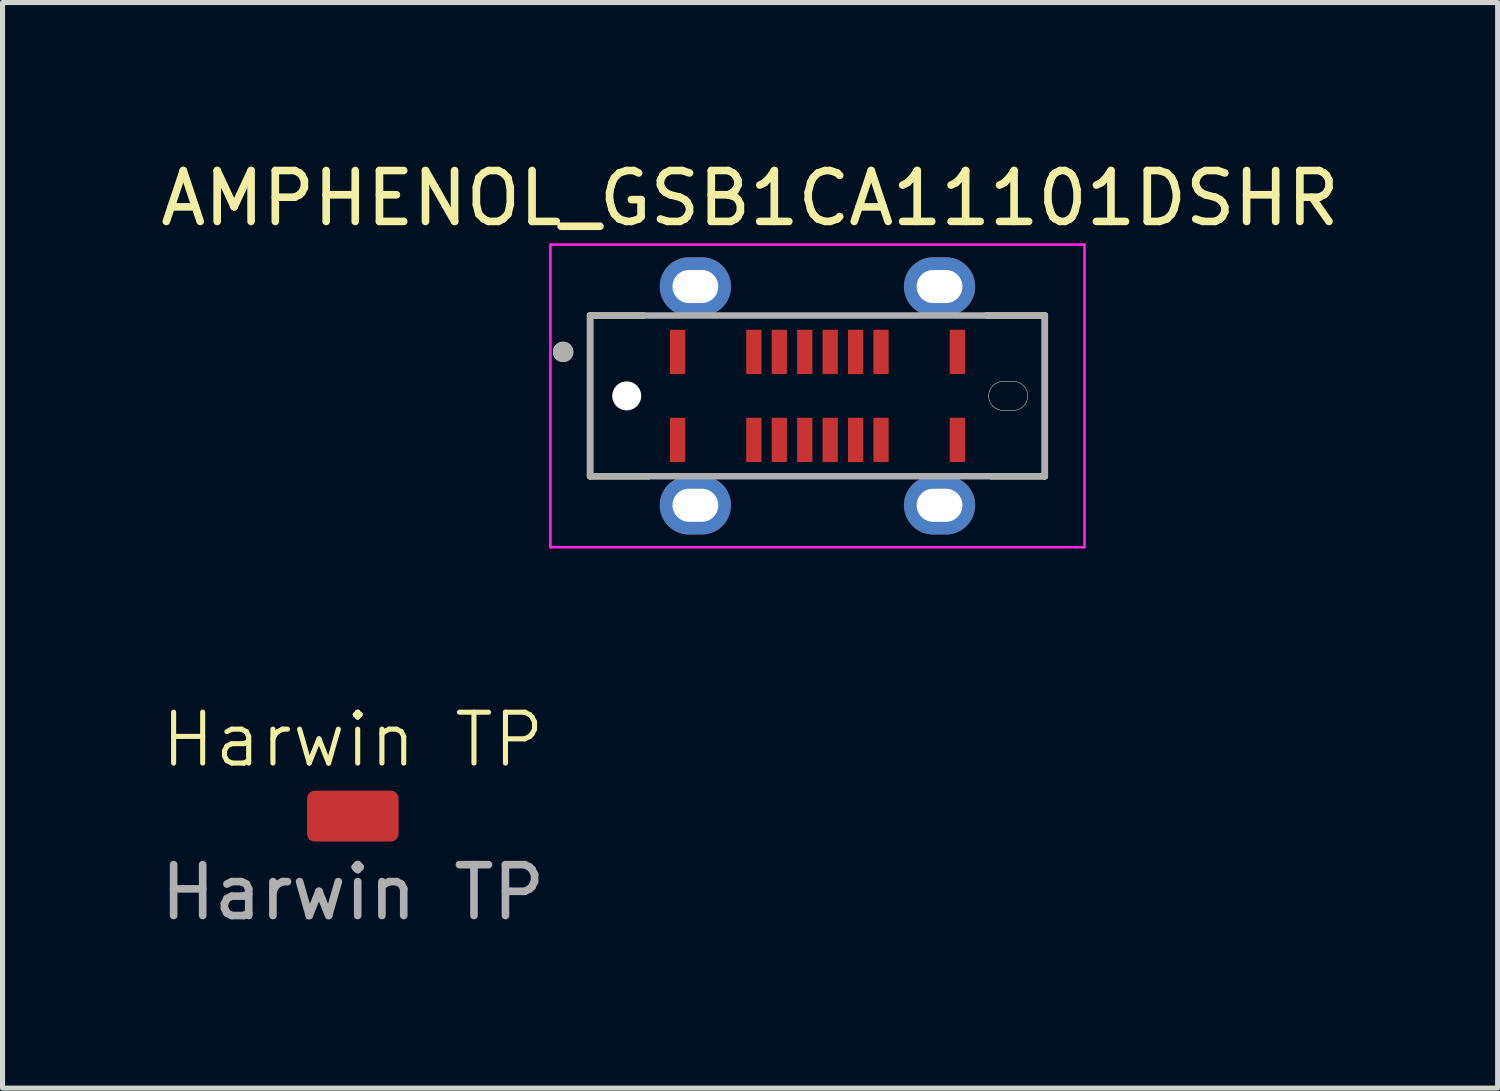
<source format=kicad_pcb>
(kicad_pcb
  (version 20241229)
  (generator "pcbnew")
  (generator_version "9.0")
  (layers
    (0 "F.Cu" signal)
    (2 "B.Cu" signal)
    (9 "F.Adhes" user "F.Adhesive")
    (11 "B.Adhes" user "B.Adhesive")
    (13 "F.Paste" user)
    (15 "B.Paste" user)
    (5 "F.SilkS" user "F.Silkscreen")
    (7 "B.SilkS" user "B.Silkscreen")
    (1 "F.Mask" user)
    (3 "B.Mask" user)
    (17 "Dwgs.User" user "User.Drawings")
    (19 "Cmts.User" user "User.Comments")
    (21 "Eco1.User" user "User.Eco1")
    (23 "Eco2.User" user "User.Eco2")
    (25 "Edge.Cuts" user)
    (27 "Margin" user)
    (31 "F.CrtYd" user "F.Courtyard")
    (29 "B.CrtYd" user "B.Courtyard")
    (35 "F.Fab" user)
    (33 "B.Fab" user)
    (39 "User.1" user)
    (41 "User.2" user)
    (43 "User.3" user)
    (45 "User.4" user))
  (footprint "AMPHENOL_GSB1CA11101DSHR"
    (layer "F.Cu")
    (at 13.021 4.733)
    (property "Reference" "AMPHENOL_GSB1CA11101DSHR" (at -1.325 -3.885 0) (layer "F.SilkS") (effects (font (size 1 1) (thickness 0.15))))
    (attr smd)
    (fp_poly (pts (xy -2.95 -1.35) (xy -2.55 -1.35) (xy -2.55 -0.38) (xy -2.95 -0.38)) (stroke (width 0.01) (type solid)) (fill yes) (layer "F.Mask"))
    (fp_poly (pts (xy -2.55 1.35) (xy -2.95 1.35) (xy -2.95 0.38) (xy -2.55 0.38)) (stroke (width 0.01) (type solid)) (fill yes) (layer "F.Mask"))
    (fp_poly (pts (xy -1.45 -1.35) (xy -1.05 -1.35) (xy -1.05 -0.38) (xy -1.45 -0.38)) (stroke (width 0.01) (type solid)) (fill yes) (layer "F.Mask"))
    (fp_poly (pts (xy -1.05 1.35) (xy -1.45 1.35) (xy -1.45 0.38) (xy -1.05 0.38)) (stroke (width 0.01) (type solid)) (fill yes) (layer "F.Mask"))
    (fp_poly (pts (xy -0.95 -1.35) (xy -0.55 -1.35) (xy -0.55 -0.38) (xy -0.95 -0.38)) (stroke (width 0.01) (type solid)) (fill yes) (layer "F.Mask"))
    (fp_poly (pts (xy -0.55 1.35) (xy -0.95 1.35) (xy -0.95 0.38) (xy -0.55 0.38)) (stroke (width 0.01) (type solid)) (fill yes) (layer "F.Mask"))
    (fp_poly (pts (xy -0.45 -1.35) (xy -0.05 -1.35) (xy -0.05 -0.38) (xy -0.45 -0.38)) (stroke (width 0.01) (type solid)) (fill yes) (layer "F.Mask"))
    (fp_poly (pts (xy -0.05 1.35) (xy -0.45 1.35) (xy -0.45 0.38) (xy -0.05 0.38)) (stroke (width 0.01) (type solid)) (fill yes) (layer "F.Mask"))
    (fp_poly (pts (xy 0.05 -1.35) (xy 0.45 -1.35) (xy 0.45 -0.38) (xy 0.05 -0.38)) (stroke (width 0.01) (type solid)) (fill yes) (layer "F.Mask"))
    (fp_poly (pts (xy 0.45 1.35) (xy 0.05 1.35) (xy 0.05 0.38) (xy 0.45 0.38)) (stroke (width 0.01) (type solid)) (fill yes) (layer "F.Mask"))
    (fp_poly (pts (xy 0.55 -1.35) (xy 0.95 -1.35) (xy 0.95 -0.38) (xy 0.55 -0.38)) (stroke (width 0.01) (type solid)) (fill yes) (layer "F.Mask"))
    (fp_poly (pts (xy 0.95 1.35) (xy 0.55 1.35) (xy 0.55 0.38) (xy 0.95 0.38)) (stroke (width 0.01) (type solid)) (fill yes) (layer "F.Mask"))
    (fp_poly (pts (xy 1.05 -1.35) (xy 1.45 -1.35) (xy 1.45 -0.38) (xy 1.05 -0.38)) (stroke (width 0.01) (type solid)) (fill yes) (layer "F.Mask"))
    (fp_poly (pts (xy 1.45 1.35) (xy 1.05 1.35) (xy 1.05 0.38) (xy 1.45 0.38)) (stroke (width 0.01) (type solid)) (fill yes) (layer "F.Mask"))
    (fp_poly (pts (xy 2.55 -1.35) (xy 2.95 -1.35) (xy 2.95 -0.38) (xy 2.55 -0.38)) (stroke (width 0.01) (type solid)) (fill yes) (layer "F.Mask"))
    (fp_poly (pts (xy 2.95 1.35) (xy 2.55 1.35) (xy 2.55 0.38) (xy 2.95 0.38)) (stroke (width 0.01) (type solid)) (fill yes) (layer "F.Mask"))
    (fp_poly (pts (xy 3.65 0.385) (xy 3.85 0.385) (xy 3.87 0.384) (xy 3.89 0.383) (xy 3.91 0.38) (xy 3.93 0.377) (xy 3.95 0.372) (xy 3.969 0.366) (xy 3.988 0.359) (xy 4.007 0.352) (xy 4.025 0.343) (xy 4.043 0.333) (xy 4.06 0.323) (xy 4.076 0.311) (xy 4.092 0.299) (xy 4.108 0.286) (xy 4.122 0.272) (xy 4.136 0.258) (xy 4.149 0.242) (xy 4.161 0.226) (xy 4.173 0.21) (xy 4.183 0.192) (xy 4.193 0.175) (xy 4.202 0.157) (xy 4.209 0.138) (xy 4.216 0.119) (xy 4.222 0.1) (xy 4.227 0.08) (xy 4.23 0.06) (xy 4.233 0.04) (xy 4.234 0.02) (xy 4.235 0) (xy 4.234 -0.02) (xy 4.233 -0.04) (xy 4.23 -0.06) (xy 4.227 -0.08) (xy 4.222 -0.1) (xy 4.216 -0.119) (xy 4.209 -0.138) (xy 4.202 -0.157) (xy 4.193 -0.175) (xy 4.183 -0.192) (xy 4.173 -0.21) (xy 4.161 -0.226) (xy 4.149 -0.242) (xy 4.136 -0.258) (xy 4.122 -0.272) (xy 4.108 -0.286) (xy 4.092 -0.299) (xy 4.076 -0.311) (xy 4.06 -0.323) (xy 4.043 -0.333) (xy 4.025 -0.343) (xy 4.007 -0.352) (xy 3.988 -0.359) (xy 3.969 -0.366) (xy 3.95 -0.372) (xy 3.93 -0.377) (xy 3.91 -0.38) (xy 3.89 -0.383) (xy 3.87 -0.384) (xy 3.85 -0.385) (xy 3.65 -0.385) (xy 3.63 -0.384) (xy 3.61 -0.383) (xy 3.59 -0.38) (xy 3.57 -0.377) (xy 3.55 -0.372) (xy 3.531 -0.366) (xy 3.512 -0.359) (xy 3.493 -0.352) (xy 3.475 -0.343) (xy 3.458 -0.333) (xy 3.44 -0.323) (xy 3.424 -0.311) (xy 3.408 -0.299) (xy 3.392 -0.286) (xy 3.378 -0.272) (xy 3.364 -0.258) (xy 3.351 -0.242) (xy 3.339 -0.226) (xy 3.327 -0.21) (xy 3.317 -0.192) (xy 3.307 -0.175) (xy 3.298 -0.157) (xy 3.291 -0.138) (xy 3.284 -0.119) (xy 3.278 -0.1) (xy 3.273 -0.08) (xy 3.27 -0.06) (xy 3.267 -0.04) (xy 3.266 -0.02) (xy 3.265 0) (xy 3.266 0.02) (xy 3.267 0.04) (xy 3.27 0.06) (xy 3.273 0.08) (xy 3.278 0.1) (xy 3.284 0.119) (xy 3.291 0.138) (xy 3.298 0.157) (xy 3.307 0.175) (xy 3.317 0.193) (xy 3.327 0.21) (xy 3.339 0.226) (xy 3.351 0.242) (xy 3.364 0.258) (xy 3.378 0.272) (xy 3.392 0.286) (xy 3.408 0.299) (xy 3.424 0.311) (xy 3.44 0.323) (xy 3.457 0.333) (xy 3.475 0.343) (xy 3.493 0.352) (xy 3.512 0.359) (xy 3.531 0.366) (xy 3.55 0.372) (xy 3.57 0.377) (xy 3.59 0.38) (xy 3.61 0.383) (xy 3.63 0.384) (xy 3.65 0.385)) (stroke (width 0.01) (type solid)) (fill yes) (layer "F.Mask"))
    (fp_poly (pts (xy 3.65 0.385) (xy 3.85 0.385) (xy 3.87 0.384) (xy 3.89 0.383) (xy 3.91 0.38) (xy 3.93 0.377) (xy 3.95 0.372) (xy 3.969 0.366) (xy 3.988 0.359) (xy 4.007 0.352) (xy 4.025 0.343) (xy 4.043 0.333) (xy 4.06 0.323) (xy 4.076 0.311) (xy 4.092 0.299) (xy 4.108 0.286) (xy 4.122 0.272) (xy 4.136 0.258) (xy 4.149 0.242) (xy 4.161 0.226) (xy 4.173 0.21) (xy 4.183 0.192) (xy 4.193 0.175) (xy 4.202 0.157) (xy 4.209 0.138) (xy 4.216 0.119) (xy 4.222 0.1) (xy 4.227 0.08) (xy 4.23 0.06) (xy 4.233 0.04) (xy 4.234 0.02) (xy 4.235 0) (xy 4.234 -0.02) (xy 4.233 -0.04) (xy 4.23 -0.06) (xy 4.227 -0.08) (xy 4.222 -0.1) (xy 4.216 -0.119) (xy 4.209 -0.138) (xy 4.202 -0.157) (xy 4.193 -0.175) (xy 4.183 -0.192) (xy 4.173 -0.21) (xy 4.161 -0.226) (xy 4.149 -0.242) (xy 4.136 -0.258) (xy 4.122 -0.272) (xy 4.108 -0.286) (xy 4.092 -0.299) (xy 4.076 -0.311) (xy 4.06 -0.323) (xy 4.043 -0.333) (xy 4.025 -0.343) (xy 4.007 -0.352) (xy 3.988 -0.359) (xy 3.969 -0.366) (xy 3.95 -0.372) (xy 3.93 -0.377) (xy 3.91 -0.38) (xy 3.89 -0.383) (xy 3.87 -0.384) (xy 3.85 -0.385) (xy 3.65 -0.385) (xy 3.63 -0.384) (xy 3.61 -0.383) (xy 3.59 -0.38) (xy 3.57 -0.377) (xy 3.55 -0.372) (xy 3.531 -0.366) (xy 3.512 -0.359) (xy 3.493 -0.352) (xy 3.475 -0.343) (xy 3.458 -0.333) (xy 3.44 -0.323) (xy 3.424 -0.311) (xy 3.408 -0.299) (xy 3.392 -0.286) (xy 3.378 -0.272) (xy 3.364 -0.258) (xy 3.351 -0.242) (xy 3.339 -0.226) (xy 3.327 -0.21) (xy 3.317 -0.192) (xy 3.307 -0.175) (xy 3.298 -0.157) (xy 3.291 -0.138) (xy 3.284 -0.119) (xy 3.278 -0.1) (xy 3.273 -0.08) (xy 3.27 -0.06) (xy 3.267 -0.04) (xy 3.266 -0.02) (xy 3.265 0) (xy 3.266 0.02) (xy 3.267 0.04) (xy 3.27 0.06) (xy 3.273 0.08) (xy 3.278 0.1) (xy 3.284 0.119) (xy 3.291 0.138) (xy 3.298 0.157) (xy 3.307 0.175) (xy 3.317 0.193) (xy 3.327 0.21) (xy 3.339 0.226) (xy 3.351 0.242) (xy 3.364 0.258) (xy 3.378 0.272) (xy 3.392 0.286) (xy 3.408 0.299) (xy 3.424 0.311) (xy 3.44 0.323) (xy 3.457 0.333) (xy 3.475 0.343) (xy 3.493 0.352) (xy 3.512 0.359) (xy 3.531 0.366) (xy 3.55 0.372) (xy 3.57 0.377) (xy 3.59 0.38) (xy 3.61 0.383) (xy 3.63 0.384) (xy 3.65 0.385)) (stroke (width 0.01) (type solid)) (fill yes) (layer "B.Mask"))
    (fp_line (start -4.47 -1.58) (end -3.42 -1.58) (stroke (width 0.127) (type solid)) (layer "F.SilkS"))
    (fp_line (start -4.47 1.58) (end -4.47 -1.58) (stroke (width 0.127) (type solid)) (layer "F.SilkS"))
    (fp_line (start -3.32 1.58) (end -4.47 1.58) (stroke (width 0.127) (type solid)) (layer "F.SilkS"))
    (fp_line (start 3.32 -1.58) (end 4.47 -1.58) (stroke (width 0.127) (type solid)) (layer "F.SilkS"))
    (fp_line (start 4.47 -1.58) (end 4.47 1.58) (stroke (width 0.127) (type solid)) (layer "F.SilkS"))
    (fp_line (start 4.47 1.58) (end 3.42 1.58) (stroke (width 0.127) (type solid)) (layer "F.SilkS"))
    (fp_circle (center -5 -0.865) (end -4.9 -0.865) (stroke (width 0.2) (type solid)) (fill no) (layer "F.SilkS"))
    (fp_line (start 3.65 0.285) (end 3.85 0.285) (stroke (width 0.01) (type solid)) (layer "Edge.Cuts"))
    (fp_line (start 3.85 -0.285) (end 3.65 -0.285) (stroke (width 0.01) (type solid)) (layer "Edge.Cuts"))
    (fp_arc (start 3.365 0) (mid 3.448475 -0.201525) (end 3.65 -0.285) (stroke (width 0.01) (type solid)) (layer "Edge.Cuts"))
    (fp_arc (start 3.65 0.285) (mid 3.448475 0.201525) (end 3.365 0) (stroke (width 0.01) (type solid)) (layer "Edge.Cuts"))
    (fp_arc (start 3.85 -0.285) (mid 4.051525 -0.201525) (end 4.135 0) (stroke (width 0.01) (type solid)) (layer "Edge.Cuts"))
    (fp_arc (start 4.135 0) (mid 4.051525 0.201525) (end 3.85 0.285) (stroke (width 0.01) (type solid)) (layer "Edge.Cuts"))
    (fp_line (start -5.25 -2.975) (end 5.25 -2.975) (stroke (width 0.05) (type solid)) (layer "F.CrtYd"))
    (fp_line (start -5.25 2.975) (end -5.25 -2.975) (stroke (width 0.05) (type solid)) (layer "F.CrtYd"))
    (fp_line (start 5.25 -2.975) (end 5.25 2.975) (stroke (width 0.05) (type solid)) (layer "F.CrtYd"))
    (fp_line (start 5.25 2.975) (end -5.25 2.975) (stroke (width 0.05) (type solid)) (layer "F.CrtYd"))
    (fp_line (start -4.47 -1.58) (end 4.47 -1.58) (stroke (width 0.127) (type solid)) (layer "F.Fab"))
    (fp_line (start -4.47 1.58) (end -4.47 -1.58) (stroke (width 0.127) (type solid)) (layer "F.Fab"))
    (fp_line (start 4.47 -1.58) (end 4.47 1.58) (stroke (width 0.127) (type solid)) (layer "F.Fab"))
    (fp_line (start 4.47 1.58) (end -4.47 1.58) (stroke (width 0.127) (type solid)) (layer "F.Fab"))
    (fp_circle (center -5 -0.865) (end -4.9 -0.865) (stroke (width 0.2) (type solid)) (fill no) (layer "F.Fab"))
    (pad "" np_thru_hole circle (at -3.75 0) (size 0.57 0.57) (drill 0.57) (layers "*.Cu" "*.Mask"))
    (pad "A1" smd rect (at -2.75 -0.865) (size 0.3 0.87) (layers "F.Cu" "F.Paste"))
    (pad "A4" smd rect (at -1.25 -0.865) (size 0.3 0.87) (layers "F.Cu" "F.Paste"))
    (pad "A5" smd rect (at -0.75 -0.865) (size 0.3 0.87) (layers "F.Cu" "F.Paste"))
    (pad "A6" smd rect (at -0.25 -0.865) (size 0.3 0.87) (layers "F.Cu" "F.Paste"))
    (pad "A7" smd rect (at 0.25 -0.865) (size 0.3 0.87) (layers "F.Cu" "F.Paste"))
    (pad "A8" smd rect (at 0.75 -0.865) (size 0.3 0.87) (layers "F.Cu" "F.Paste"))
    (pad "A9" smd rect (at 1.25 -0.865) (size 0.3 0.87) (layers "F.Cu" "F.Paste"))
    (pad "A12" smd rect (at 2.75 -0.865) (size 0.3 0.87) (layers "F.Cu" "F.Paste"))
    (pad "B1" smd rect (at 2.75 0.865) (size 0.3 0.87) (layers "F.Cu" "F.Paste"))
    (pad "B4" smd rect (at 1.25 0.865) (size 0.3 0.87) (layers "F.Cu" "F.Paste"))
    (pad "B5" smd rect (at 0.75 0.865) (size 0.3 0.87) (layers "F.Cu" "F.Paste"))
    (pad "B6" smd rect (at 0.25 0.865) (size 0.3 0.87) (layers "F.Cu" "F.Paste"))
    (pad "B7" smd rect (at -0.25 0.865) (size 0.3 0.87) (layers "F.Cu" "F.Paste"))
    (pad "B8" smd rect (at -0.75 0.865) (size 0.3 0.87) (layers "F.Cu" "F.Paste"))
    (pad "B9" smd rect (at -1.25 0.865) (size 0.3 0.87) (layers "F.Cu" "F.Paste"))
    (pad "B12" smd rect (at -2.75 0.865) (size 0.3 0.87) (layers "F.Cu" "F.Paste"))
    (pad "SH1" thru_hole oval (at -2.4 -2.15) (size 1.4 1.15) (drill oval 0.9 0.65) (layers "*.Cu" "*.Mask"))
    (pad "SH2" thru_hole oval (at 2.4 -2.15) (size 1.4 1.15) (drill oval 0.9 0.65) (layers "*.Cu" "*.Mask"))
    (pad "SH3" thru_hole oval (at -2.4 2.15) (size 1.4 1.15) (drill oval 0.9 0.65) (layers "*.Cu" "*.Mask"))
    (pad "SH4" thru_hole oval (at 2.4 2.15) (size 1.4 1.15) (drill oval 0.9 0.65) (layers "*.Cu" "*.Mask")))
  (footprint "Harwin TP"
    (layer "F.Cu")
    (at 3.887 11.994)
    (property "Reference" "Harwin TP" (at 0 -0.5 0) (unlocked yes) (layer "F.SilkS") (effects (font (size 1 1) (thickness 0.1))))
    (attr smd)
    (fp_text user "${REFERENCE}" (at 0 2.5 0) (unlocked yes) (layer "F.Fab") (effects (font (size 1 1) (thickness 0.15))))
    (pad "1" smd roundrect (at 0 1) (size 1.8 1) (layers "F.Cu" "F.Mask" "F.Paste") (roundrect_rratio 0.15)))
  (gr_rect
    (start -3 -3)
    (end 26.393 18.342)
    (stroke (width 0.1) (type default))
    (fill no)
    (layer "Edge.Cuts")))
</source>
